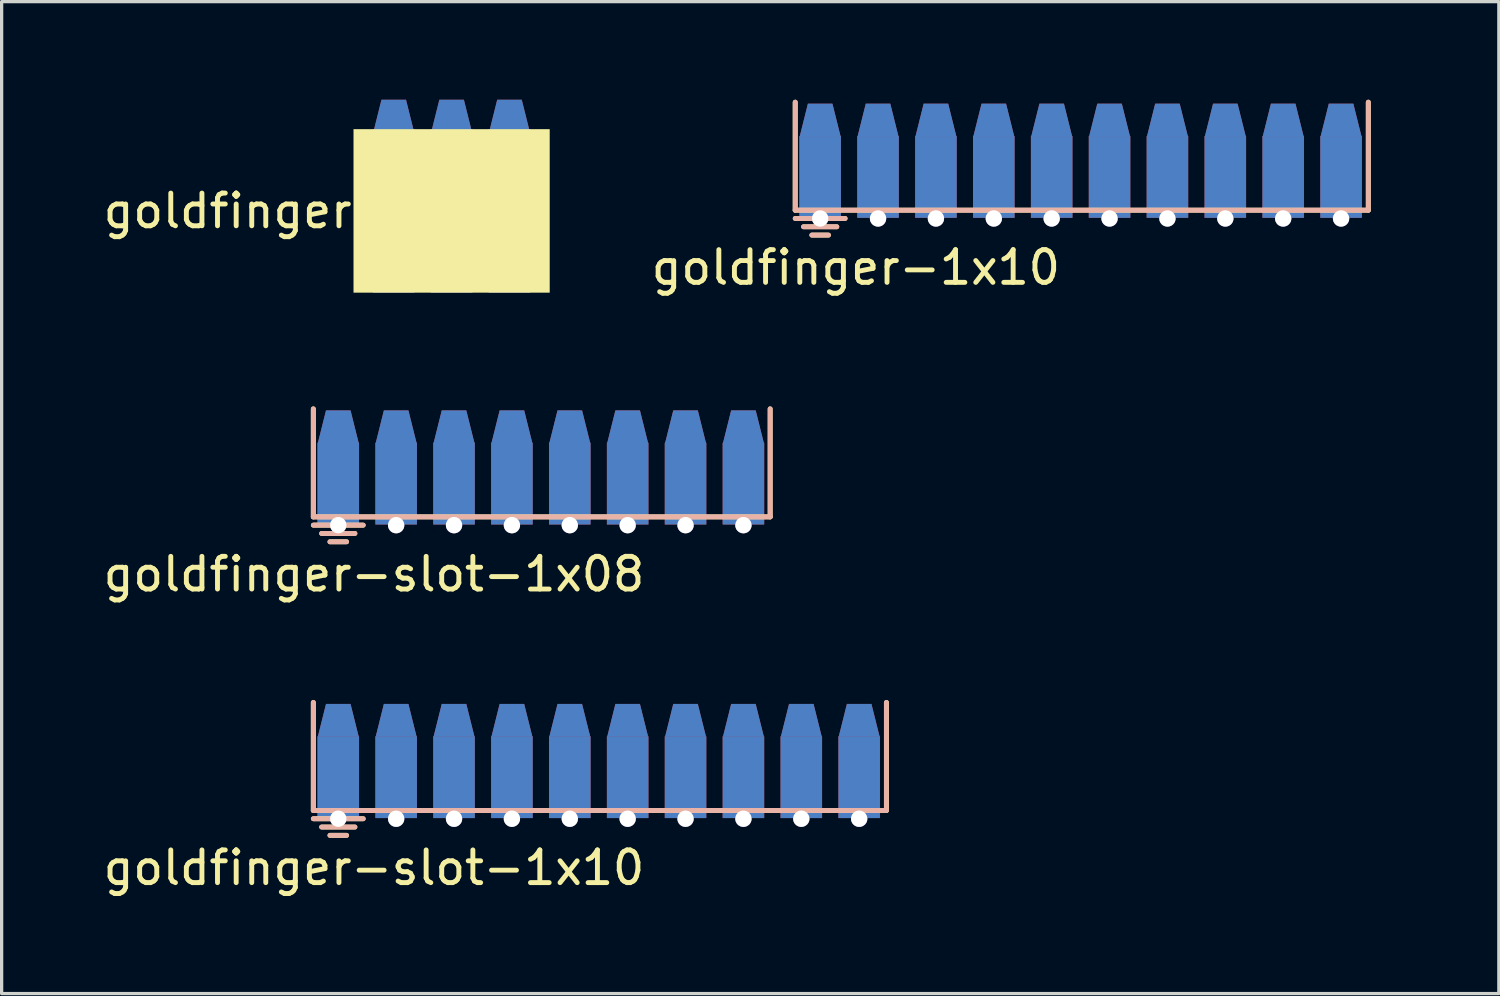
<source format=kicad_pcb>
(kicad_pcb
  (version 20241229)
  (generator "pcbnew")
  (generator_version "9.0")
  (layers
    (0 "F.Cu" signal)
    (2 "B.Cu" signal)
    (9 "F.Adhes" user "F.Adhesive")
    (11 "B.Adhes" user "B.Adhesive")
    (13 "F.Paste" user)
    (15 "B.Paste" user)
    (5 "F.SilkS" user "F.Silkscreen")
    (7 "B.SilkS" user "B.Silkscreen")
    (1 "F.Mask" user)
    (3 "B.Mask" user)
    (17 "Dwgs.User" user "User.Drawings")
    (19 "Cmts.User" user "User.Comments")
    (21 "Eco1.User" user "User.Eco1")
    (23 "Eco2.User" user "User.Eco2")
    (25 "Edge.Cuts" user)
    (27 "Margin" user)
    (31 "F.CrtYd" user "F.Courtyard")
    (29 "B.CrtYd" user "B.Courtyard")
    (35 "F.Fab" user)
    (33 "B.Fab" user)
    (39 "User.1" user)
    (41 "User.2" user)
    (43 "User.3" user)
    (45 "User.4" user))
  (footprint "goldfinger"
    (layer "F.Cu")
    (at 8.991 3.4)
    (property "Reference" "goldfinger" (at -5.08 0 0) (layer "F.SilkS") (effects (font (size 1 1) (thickness 0.15))))
    (attr through_hole)
    (pad "" connect rect (at 1.77 0) (size 6 5) (layers "F.Mask" "F.SilkS"))
    (pad "1" connect trapezoid (at 0 -2.9 180) (size 1 1) (rect_delta 0 -0.25) (layers "F.Cu"))
    (pad "1" connect rect (at 0 0) (size 1.27 5) (layers "F.Cu"))
    (pad "2" connect trapezoid (at 1.77 -2.9 180) (size 1 1) (rect_delta 0 -0.25) (layers "F.Cu"))
    (pad "2" connect rect (at 1.77 0) (size 1.27 5) (layers "F.Cu"))
    (pad "3" connect trapezoid (at 3.54 -2.9 180) (size 1 1) (rect_delta 0 -0.25) (layers "F.Cu"))
    (pad "3" connect rect (at 3.54 0) (size 1.27 5) (layers "F.Cu"))
    (pad "4" connect trapezoid (at 3.54 -2.9) (size 1 1) (rect_delta 0 0.25) (layers "B.Cu"))
    (pad "4" connect rect (at 3.54 0) (size 1.27 5) (layers "B.Cu"))
    (pad "5" connect trapezoid (at 1.77 -2.9) (size 1 1) (rect_delta 0 0.25) (layers "B.Cu"))
    (pad "5" connect rect (at 1.77 0) (size 1.27 5) (layers "B.Cu"))
    (pad "6" connect trapezoid (at 0 -2.9) (size 1 1) (rect_delta 0 0.25) (layers "B.Cu"))
    (pad "6" connect rect (at 0 0) (size 1.27 5) (layers "B.Cu")))
  (footprint "goldfinger-1x10"
    (layer "F.Cu")
    (at 20.762 2.361)
    (property "Reference" "goldfinger-1x10" (at 2.362 2.769 0) (layer "F.SilkS") (effects (font (size 1 1) (thickness 0.15))))
    (attr through_hole)
    (fp_line (start 0.508 -2.286) (end 0.508 1.016) (stroke (width 0.15) (type solid)) (layer "F.SilkS"))
    (fp_line (start 1.524 1.778) (end 1.016 1.778) (stroke (width 0.15) (type solid)) (layer "F.SilkS"))
    (fp_line (start 1.778 1.524) (end 0.762 1.524) (stroke (width 0.15) (type solid)) (layer "F.SilkS"))
    (fp_line (start 2.032 1.27) (end 0.508 1.27) (stroke (width 0.15) (type solid)) (layer "F.SilkS"))
    (fp_line (start 18.034 -2.286) (end 18.034 1.016) (stroke (width 0.15) (type solid)) (layer "F.SilkS"))
    (fp_line (start 18.034 1.016) (end 0.508 1.016) (stroke (width 0.15) (type solid)) (layer "F.SilkS"))
    (fp_line (start 0.506 -2.285) (end 0.506 1.017) (stroke (width 0.15) (type solid)) (layer "B.SilkS"))
    (fp_line (start 0.506 1.017) (end 18.032 1.017) (stroke (width 0.15) (type solid)) (layer "B.SilkS"))
    (fp_line (start 0.508 1.27) (end 2.032 1.27) (stroke (width 0.15) (type solid)) (layer "B.SilkS"))
    (fp_line (start 0.762 1.524) (end 1.778 1.524) (stroke (width 0.15) (type solid)) (layer "B.SilkS"))
    (fp_line (start 1.016 1.779) (end 1.524 1.779) (stroke (width 0.15) (type solid)) (layer "B.SilkS"))
    (fp_line (start 18.032 -2.285) (end 18.032 1.017) (stroke (width 0.15) (type solid)) (layer "B.SilkS"))
    (pad "" connect rect (at 9.525 -0.635) (size 19 3) (layers "*.Mask"))
    (pad "1" connect trapezoid (at 1.27 -1.74 180) (size 1 1) (rect_delta 0 -0.25) (layers "F.Cu"))
    (pad "1" connect trapezoid (at 1.27 -1.74) (size 1 1) (rect_delta 0 0.25) (layers "B.Cu"))
    (pad "1" connect rect (at 1.27 0) (size 1.27 2.5) (layers "F.Cu"))
    (pad "1" connect rect (at 1.27 0) (size 1.27 2.5) (layers "B.Cu"))
    (pad "1" thru_hole circle (at 1.27 1.27) (size 0.5 0.5) (drill 0.5) (layers "*.Cu" "*.Mask"))
    (pad "2" connect trapezoid (at 3.04 -1.74 180) (size 1 1) (rect_delta 0 -0.25) (layers "F.Cu"))
    (pad "2" connect trapezoid (at 3.04 -1.74) (size 1 1) (rect_delta 0 0.25) (layers "B.Cu"))
    (pad "2" connect rect (at 3.04 0) (size 1.27 2.5) (layers "F.Cu"))
    (pad "2" connect rect (at 3.04 0) (size 1.27 2.5) (layers "B.Cu"))
    (pad "2" thru_hole circle (at 3.04 1.27) (size 0.5 0.5) (drill 0.5) (layers "*.Cu" "*.Mask"))
    (pad "3" connect trapezoid (at 4.81 -1.74 180) (size 1 1) (rect_delta 0 -0.25) (layers "F.Cu"))
    (pad "3" connect trapezoid (at 4.81 -1.74) (size 1 1) (rect_delta 0 0.25) (layers "B.Cu"))
    (pad "3" connect rect (at 4.81 0) (size 1.27 2.5) (layers "F.Cu"))
    (pad "3" connect rect (at 4.81 0) (size 1.27 2.5) (layers "B.Cu"))
    (pad "3" thru_hole circle (at 4.81 1.27) (size 0.5 0.5) (drill 0.5) (layers "*.Cu" "*.Mask"))
    (pad "4" connect trapezoid (at 6.58 -1.74 180) (size 1 1) (rect_delta 0 -0.25) (layers "F.Cu"))
    (pad "4" connect trapezoid (at 6.58 -1.74) (size 1 1) (rect_delta 0 0.25) (layers "B.Cu"))
    (pad "4" connect rect (at 6.58 0) (size 1.27 2.5) (layers "F.Cu"))
    (pad "4" connect rect (at 6.58 0) (size 1.27 2.5) (layers "B.Cu"))
    (pad "4" thru_hole circle (at 6.58 1.27) (size 0.5 0.5) (drill 0.5) (layers "*.Cu" "*.Mask"))
    (pad "5" connect trapezoid (at 8.35 -1.74 180) (size 1 1) (rect_delta 0 -0.25) (layers "F.Cu"))
    (pad "5" connect trapezoid (at 8.35 -1.74) (size 1 1) (rect_delta 0 0.25) (layers "B.Cu"))
    (pad "5" connect rect (at 8.35 0) (size 1.27 2.5) (layers "F.Cu"))
    (pad "5" connect rect (at 8.35 0) (size 1.27 2.5) (layers "B.Cu"))
    (pad "5" thru_hole circle (at 8.35 1.27) (size 0.5 0.5) (drill 0.5) (layers "*.Cu" "*.Mask"))
    (pad "6" connect trapezoid (at 10.12 -1.74 180) (size 1 1) (rect_delta 0 -0.25) (layers "F.Cu"))
    (pad "6" connect trapezoid (at 10.12 -1.74) (size 1 1) (rect_delta 0 0.25) (layers "B.Cu"))
    (pad "6" connect rect (at 10.12 0) (size 1.27 2.5) (layers "F.Cu"))
    (pad "6" connect rect (at 10.12 0) (size 1.27 2.5) (layers "B.Cu"))
    (pad "6" thru_hole circle (at 10.12 1.27) (size 0.5 0.5) (drill 0.5) (layers "*.Cu" "*.Mask"))
    (pad "7" connect trapezoid (at 11.89 -1.74 180) (size 1 1) (rect_delta 0 -0.25) (layers "F.Cu"))
    (pad "7" connect trapezoid (at 11.89 -1.74) (size 1 1) (rect_delta 0 0.25) (layers "B.Cu"))
    (pad "7" connect rect (at 11.89 0) (size 1.27 2.5) (layers "F.Cu"))
    (pad "7" connect rect (at 11.89 0) (size 1.27 2.5) (layers "B.Cu"))
    (pad "7" thru_hole circle (at 11.89 1.27) (size 0.5 0.5) (drill 0.5) (layers "*.Cu" "*.Mask"))
    (pad "8" connect trapezoid (at 13.66 -1.74 180) (size 1 1) (rect_delta 0 -0.25) (layers "F.Cu"))
    (pad "8" connect trapezoid (at 13.66 -1.74) (size 1 1) (rect_delta 0 0.25) (layers "B.Cu"))
    (pad "8" connect rect (at 13.66 0) (size 1.27 2.5) (layers "F.Cu"))
    (pad "8" connect rect (at 13.66 0) (size 1.27 2.5) (layers "B.Cu"))
    (pad "8" thru_hole circle (at 13.66 1.27) (size 0.5 0.5) (drill 0.5) (layers "*.Cu" "*.Mask"))
    (pad "9" connect trapezoid (at 15.43 -1.74 180) (size 1 1) (rect_delta 0 -0.25) (layers "F.Cu"))
    (pad "9" connect trapezoid (at 15.43 -1.74) (size 1 1) (rect_delta 0 0.25) (layers "B.Cu"))
    (pad "9" connect rect (at 15.43 0) (size 1.27 2.5) (layers "F.Cu"))
    (pad "9" connect rect (at 15.43 0) (size 1.27 2.5) (layers "B.Cu"))
    (pad "9" thru_hole circle (at 15.43 1.27) (size 0.5 0.5) (drill 0.5) (layers "*.Cu" "*.Mask"))
    (pad "10" connect trapezoid (at 17.2 -1.74 180) (size 1 1) (rect_delta 0 -0.25) (layers "F.Cu"))
    (pad "10" connect trapezoid (at 17.2 -1.74) (size 1 1) (rect_delta 0 0.25) (layers "B.Cu"))
    (pad "10" connect rect (at 17.2 0) (size 1.27 2.5) (layers "F.Cu"))
    (pad "10" connect rect (at 17.2 0) (size 1.27 2.5) (layers "B.Cu"))
    (pad "10" thru_hole circle (at 17.2 1.27) (size 0.5 0.5) (drill 0.5) (layers "*.Cu" "*.Mask")))
  (footprint "goldfinger-slot-1x08"
    (placed yes)
    (layer "F.Cu")
    (at 6.025 11.74)
    (property "Reference" "goldfinger-slot-1x08" (at 2.362 2.769 0) (layer "F.SilkS") (effects (font (size 1 1) (thickness 0.15))))
    (attr through_hole)
    (fp_line (start 0.508 -2.286) (end 0.508 1.016) (stroke (width 0.15) (type solid)) (layer "F.SilkS"))
    (fp_line (start 1.524 1.778) (end 1.016 1.778) (stroke (width 0.15) (type solid)) (layer "F.SilkS"))
    (fp_line (start 1.778 1.524) (end 0.762 1.524) (stroke (width 0.15) (type solid)) (layer "F.SilkS"))
    (fp_line (start 2.032 1.27) (end 0.508 1.27) (stroke (width 0.15) (type solid)) (layer "F.SilkS"))
    (fp_line (start 14.478 -2.286) (end 14.478 1.016) (stroke (width 0.15) (type solid)) (layer "F.SilkS"))
    (fp_line (start 14.478 1.016) (end 0.508 1.016) (stroke (width 0.15) (type solid)) (layer "F.SilkS"))
    (fp_line (start 0.506 -2.285) (end 0.506 1.017) (stroke (width 0.15) (type solid)) (layer "B.SilkS"))
    (fp_line (start 0.506 1.017) (end 14.478 1.016) (stroke (width 0.15) (type solid)) (layer "B.SilkS"))
    (fp_line (start 0.508 1.27) (end 2.032 1.27) (stroke (width 0.15) (type solid)) (layer "B.SilkS"))
    (fp_line (start 0.762 1.524) (end 1.778 1.524) (stroke (width 0.15) (type solid)) (layer "B.SilkS"))
    (fp_line (start 1.016 1.779) (end 1.524 1.779) (stroke (width 0.15) (type solid)) (layer "B.SilkS"))
    (fp_line (start 14.478 -2.286) (end 14.478 1.016) (stroke (width 0.15) (type solid)) (layer "B.SilkS"))
    (pad "" connect rect (at 7.366 -0.762) (size 14 4) (layers "*.Mask"))
    (pad "1" connect trapezoid (at 1.27 -1.74 180) (size 1 1) (rect_delta 0 -0.25) (layers "F.Cu"))
    (pad "1" connect trapezoid (at 1.27 -1.74) (size 1 1) (rect_delta 0 0.25) (layers "B.Cu"))
    (pad "1" connect rect (at 1.27 0) (size 1.27 2.5) (layers "F.Cu"))
    (pad "1" connect rect (at 1.27 0) (size 1.27 2.5) (layers "B.Cu"))
    (pad "1" thru_hole circle (at 1.27 1.27) (size 0.5 0.5) (drill 0.5) (layers "*.Cu" "*.Mask"))
    (pad "2" connect trapezoid (at 3.04 -1.74 180) (size 1 1) (rect_delta 0 -0.25) (layers "F.Cu"))
    (pad "2" connect trapezoid (at 3.04 -1.74) (size 1 1) (rect_delta 0 0.25) (layers "B.Cu"))
    (pad "2" connect rect (at 3.04 0) (size 1.27 2.5) (layers "F.Cu"))
    (pad "2" connect rect (at 3.04 0) (size 1.27 2.5) (layers "B.Cu"))
    (pad "2" thru_hole circle (at 3.04 1.27) (size 0.5 0.5) (drill 0.5) (layers "*.Cu" "*.Mask"))
    (pad "3" connect trapezoid (at 4.81 -1.74 180) (size 1 1) (rect_delta 0 -0.25) (layers "F.Cu"))
    (pad "3" connect trapezoid (at 4.81 -1.74) (size 1 1) (rect_delta 0 0.25) (layers "B.Cu"))
    (pad "3" connect rect (at 4.81 0) (size 1.27 2.5) (layers "F.Cu"))
    (pad "3" connect rect (at 4.81 0) (size 1.27 2.5) (layers "B.Cu"))
    (pad "3" thru_hole circle (at 4.81 1.27) (size 0.5 0.5) (drill 0.5) (layers "*.Cu" "*.Mask"))
    (pad "4" connect trapezoid (at 6.58 -1.74 180) (size 1 1) (rect_delta 0 -0.25) (layers "F.Cu"))
    (pad "4" connect trapezoid (at 6.58 -1.74) (size 1 1) (rect_delta 0 0.25) (layers "B.Cu"))
    (pad "4" connect rect (at 6.58 0) (size 1.27 2.5) (layers "F.Cu"))
    (pad "4" connect rect (at 6.58 0) (size 1.27 2.5) (layers "B.Cu"))
    (pad "4" thru_hole circle (at 6.58 1.27) (size 0.5 0.5) (drill 0.5) (layers "*.Cu" "*.Mask"))
    (pad "5" connect trapezoid (at 8.35 -1.74 180) (size 1 1) (rect_delta 0 -0.25) (layers "F.Cu"))
    (pad "5" connect trapezoid (at 8.35 -1.74) (size 1 1) (rect_delta 0 0.25) (layers "B.Cu"))
    (pad "5" connect rect (at 8.35 0) (size 1.27 2.5) (layers "F.Cu"))
    (pad "5" connect rect (at 8.35 0) (size 1.27 2.5) (layers "B.Cu"))
    (pad "5" thru_hole circle (at 8.35 1.27) (size 0.5 0.5) (drill 0.5) (layers "*.Cu" "*.Mask"))
    (pad "6" connect trapezoid (at 10.12 -1.74 180) (size 1 1) (rect_delta 0 -0.25) (layers "F.Cu"))
    (pad "6" connect trapezoid (at 10.12 -1.74) (size 1 1) (rect_delta 0 0.25) (layers "B.Cu"))
    (pad "6" connect rect (at 10.12 0) (size 1.27 2.5) (layers "F.Cu"))
    (pad "6" connect rect (at 10.12 0) (size 1.27 2.5) (layers "B.Cu"))
    (pad "6" thru_hole circle (at 10.12 1.27) (size 0.5 0.5) (drill 0.5) (layers "*.Cu" "*.Mask"))
    (pad "7" connect trapezoid (at 11.89 -1.74 180) (size 1 1) (rect_delta 0 -0.25) (layers "F.Cu"))
    (pad "7" connect trapezoid (at 11.89 -1.74) (size 1 1) (rect_delta 0 0.25) (layers "B.Cu"))
    (pad "7" connect rect (at 11.89 0) (size 1.27 2.5) (layers "F.Cu"))
    (pad "7" connect rect (at 11.89 0) (size 1.27 2.5) (layers "B.Cu"))
    (pad "7" thru_hole circle (at 11.89 1.27) (size 0.5 0.5) (drill 0.5) (layers "*.Cu" "*.Mask"))
    (pad "8" connect trapezoid (at 13.66 -1.74 180) (size 1 1) (rect_delta 0 -0.25) (layers "F.Cu"))
    (pad "8" connect trapezoid (at 13.66 -1.74) (size 1 1) (rect_delta 0 0.25) (layers "B.Cu"))
    (pad "8" connect rect (at 13.66 0) (size 1.27 2.5) (layers "F.Cu"))
    (pad "8" connect rect (at 13.66 0) (size 1.27 2.5) (layers "B.Cu"))
    (pad "8" thru_hole circle (at 13.66 1.27) (size 0.5 0.5) (drill 0.5) (layers "*.Cu" "*.Mask")))
  (footprint "goldfinger-slot-1x10"
    (layer "F.Cu")
    (at 6.025 20.718)
    (property "Reference" "goldfinger-slot-1x10" (at 2.362 2.769 0) (layer "F.SilkS") (effects (font (size 1 1) (thickness 0.15))))
    (attr through_hole)
    (fp_line (start 0.508 -2.286) (end 0.508 1.016) (stroke (width 0.15) (type solid)) (layer "F.SilkS"))
    (fp_line (start 1.524 1.778) (end 1.016 1.778) (stroke (width 0.15) (type solid)) (layer "F.SilkS"))
    (fp_line (start 1.778 1.524) (end 0.762 1.524) (stroke (width 0.15) (type solid)) (layer "F.SilkS"))
    (fp_line (start 2.032 1.27) (end 0.508 1.27) (stroke (width 0.15) (type solid)) (layer "F.SilkS"))
    (fp_line (start 18.034 -2.286) (end 18.034 1.016) (stroke (width 0.15) (type solid)) (layer "F.SilkS"))
    (fp_line (start 18.034 1.016) (end 0.508 1.016) (stroke (width 0.15) (type solid)) (layer "F.SilkS"))
    (fp_line (start 0.506 -2.285) (end 0.506 1.017) (stroke (width 0.15) (type solid)) (layer "B.SilkS"))
    (fp_line (start 0.506 1.017) (end 18.032 1.017) (stroke (width 0.15) (type solid)) (layer "B.SilkS"))
    (fp_line (start 0.508 1.27) (end 2.032 1.27) (stroke (width 0.15) (type solid)) (layer "B.SilkS"))
    (fp_line (start 0.762 1.524) (end 1.778 1.524) (stroke (width 0.15) (type solid)) (layer "B.SilkS"))
    (fp_line (start 1.016 1.779) (end 1.524 1.779) (stroke (width 0.15) (type solid)) (layer "B.SilkS"))
    (fp_line (start 18.032 -2.285) (end 18.032 1.017) (stroke (width 0.15) (type solid)) (layer "B.SilkS"))
    (pad "" connect rect (at 9.525 -0.635) (size 19 3) (layers "*.Mask"))
    (pad "1" connect trapezoid (at 1.27 -1.74 180) (size 1 1) (rect_delta 0 -0.25) (layers "F.Cu"))
    (pad "1" connect trapezoid (at 1.27 -1.74) (size 1 1) (rect_delta 0 0.25) (layers "B.Cu"))
    (pad "1" connect rect (at 1.27 0) (size 1.27 2.5) (layers "F.Cu"))
    (pad "1" connect rect (at 1.27 0) (size 1.27 2.5) (layers "B.Cu"))
    (pad "1" thru_hole circle (at 1.27 1.27) (size 0.5 0.5) (drill 0.5) (layers "*.Cu" "*.Mask"))
    (pad "2" connect trapezoid (at 3.04 -1.74 180) (size 1 1) (rect_delta 0 -0.25) (layers "F.Cu"))
    (pad "2" connect trapezoid (at 3.04 -1.74) (size 1 1) (rect_delta 0 0.25) (layers "B.Cu"))
    (pad "2" connect rect (at 3.04 0) (size 1.27 2.5) (layers "F.Cu"))
    (pad "2" connect rect (at 3.04 0) (size 1.27 2.5) (layers "B.Cu"))
    (pad "2" thru_hole circle (at 3.04 1.27) (size 0.5 0.5) (drill 0.5) (layers "*.Cu" "*.Mask"))
    (pad "3" connect trapezoid (at 4.81 -1.74 180) (size 1 1) (rect_delta 0 -0.25) (layers "F.Cu"))
    (pad "3" connect trapezoid (at 4.81 -1.74) (size 1 1) (rect_delta 0 0.25) (layers "B.Cu"))
    (pad "3" connect rect (at 4.81 0) (size 1.27 2.5) (layers "F.Cu"))
    (pad "3" connect rect (at 4.81 0) (size 1.27 2.5) (layers "B.Cu"))
    (pad "3" thru_hole circle (at 4.81 1.27) (size 0.5 0.5) (drill 0.5) (layers "*.Cu" "*.Mask"))
    (pad "4" connect trapezoid (at 6.58 -1.74 180) (size 1 1) (rect_delta 0 -0.25) (layers "F.Cu"))
    (pad "4" connect trapezoid (at 6.58 -1.74) (size 1 1) (rect_delta 0 0.25) (layers "B.Cu"))
    (pad "4" connect rect (at 6.58 0) (size 1.27 2.5) (layers "F.Cu"))
    (pad "4" connect rect (at 6.58 0) (size 1.27 2.5) (layers "B.Cu"))
    (pad "4" thru_hole circle (at 6.58 1.27) (size 0.5 0.5) (drill 0.5) (layers "*.Cu" "*.Mask"))
    (pad "5" connect trapezoid (at 8.35 -1.74 180) (size 1 1) (rect_delta 0 -0.25) (layers "F.Cu"))
    (pad "5" connect trapezoid (at 8.35 -1.74) (size 1 1) (rect_delta 0 0.25) (layers "B.Cu"))
    (pad "5" connect rect (at 8.35 0) (size 1.27 2.5) (layers "F.Cu"))
    (pad "5" connect rect (at 8.35 0) (size 1.27 2.5) (layers "B.Cu"))
    (pad "5" thru_hole circle (at 8.35 1.27) (size 0.5 0.5) (drill 0.5) (layers "*.Cu" "*.Mask"))
    (pad "6" connect trapezoid (at 10.12 -1.74 180) (size 1 1) (rect_delta 0 -0.25) (layers "F.Cu"))
    (pad "6" connect trapezoid (at 10.12 -1.74) (size 1 1) (rect_delta 0 0.25) (layers "B.Cu"))
    (pad "6" connect rect (at 10.12 0) (size 1.27 2.5) (layers "F.Cu"))
    (pad "6" connect rect (at 10.12 0) (size 1.27 2.5) (layers "B.Cu"))
    (pad "6" thru_hole circle (at 10.12 1.27) (size 0.5 0.5) (drill 0.5) (layers "*.Cu" "*.Mask"))
    (pad "7" connect trapezoid (at 11.89 -1.74 180) (size 1 1) (rect_delta 0 -0.25) (layers "F.Cu"))
    (pad "7" connect trapezoid (at 11.89 -1.74) (size 1 1) (rect_delta 0 0.25) (layers "B.Cu"))
    (pad "7" connect rect (at 11.89 0) (size 1.27 2.5) (layers "F.Cu"))
    (pad "7" connect rect (at 11.89 0) (size 1.27 2.5) (layers "B.Cu"))
    (pad "7" thru_hole circle (at 11.89 1.27) (size 0.5 0.5) (drill 0.5) (layers "*.Cu" "*.Mask"))
    (pad "8" connect trapezoid (at 13.66 -1.74 180) (size 1 1) (rect_delta 0 -0.25) (layers "F.Cu"))
    (pad "8" connect trapezoid (at 13.66 -1.74) (size 1 1) (rect_delta 0 0.25) (layers "B.Cu"))
    (pad "8" connect rect (at 13.66 0) (size 1.27 2.5) (layers "F.Cu"))
    (pad "8" connect rect (at 13.66 0) (size 1.27 2.5) (layers "B.Cu"))
    (pad "8" thru_hole circle (at 13.66 1.27) (size 0.5 0.5) (drill 0.5) (layers "*.Cu" "*.Mask"))
    (pad "9" connect trapezoid (at 15.43 -1.74 180) (size 1 1) (rect_delta 0 -0.25) (layers "F.Cu"))
    (pad "9" connect trapezoid (at 15.43 -1.74) (size 1 1) (rect_delta 0 0.25) (layers "B.Cu"))
    (pad "9" connect rect (at 15.43 0) (size 1.27 2.5) (layers "F.Cu"))
    (pad "9" connect rect (at 15.43 0) (size 1.27 2.5) (layers "B.Cu"))
    (pad "9" thru_hole circle (at 15.43 1.27) (size 0.5 0.5) (drill 0.5) (layers "*.Cu" "*.Mask"))
    (pad "10" connect trapezoid (at 17.2 -1.74 180) (size 1 1) (rect_delta 0 -0.25) (layers "F.Cu"))
    (pad "10" connect trapezoid (at 17.2 -1.74) (size 1 1) (rect_delta 0 0.25) (layers "B.Cu"))
    (pad "10" connect rect (at 17.2 0) (size 1.27 2.5) (layers "F.Cu"))
    (pad "10" connect rect (at 17.2 0) (size 1.27 2.5) (layers "B.Cu"))
    (pad "10" thru_hole circle (at 17.2 1.27) (size 0.5 0.5) (drill 0.5) (layers "*.Cu" "*.Mask")))
  (gr_rect
    (start -3 -3)
    (end 42.787 27.335)
    (stroke (width 0.1) (type default))
    (fill no)
    (layer "Edge.Cuts")))
</source>
